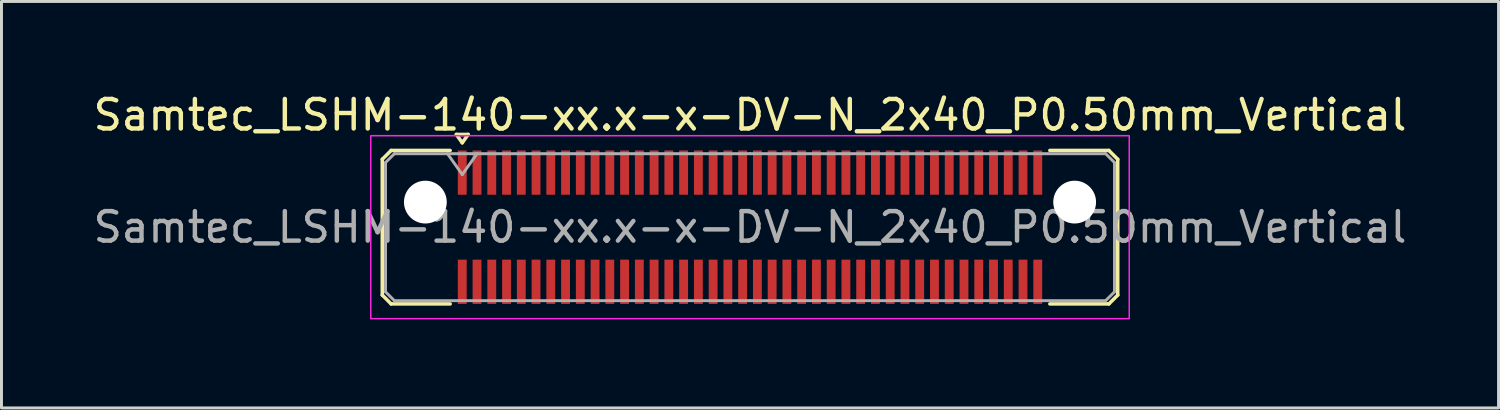
<source format=kicad_pcb>
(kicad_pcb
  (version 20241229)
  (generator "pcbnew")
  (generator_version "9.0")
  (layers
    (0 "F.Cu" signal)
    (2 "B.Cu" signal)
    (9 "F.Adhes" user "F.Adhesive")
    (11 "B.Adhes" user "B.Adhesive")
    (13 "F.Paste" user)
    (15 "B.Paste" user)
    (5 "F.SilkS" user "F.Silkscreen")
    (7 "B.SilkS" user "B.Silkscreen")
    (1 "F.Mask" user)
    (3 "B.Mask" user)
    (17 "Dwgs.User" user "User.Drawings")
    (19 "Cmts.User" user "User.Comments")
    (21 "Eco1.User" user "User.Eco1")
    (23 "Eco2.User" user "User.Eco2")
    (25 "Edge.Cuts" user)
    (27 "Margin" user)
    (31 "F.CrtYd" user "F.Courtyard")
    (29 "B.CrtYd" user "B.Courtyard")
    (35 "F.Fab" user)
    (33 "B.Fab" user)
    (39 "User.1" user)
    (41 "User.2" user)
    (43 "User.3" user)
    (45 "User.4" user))
  (footprint "Samtec_LSHM-140-xx.x-x-DV-N_2x40_P0.50mm_Vertical"
    (layer "F.Cu")
    (at 22.363 4.648)
    (property "Reference" "Samtec_LSHM-140-xx.x-x-DV-N_2x40_P0.50mm_Vertical" (at 0 -3.8 0) (layer "F.SilkS") (effects (font (size 1 1) (thickness 0.15))))
    (attr smd)
    (fp_line (start -12.46 -2.3) (end -12.46 2.3) (stroke (width 0.12) (type solid)) (layer "F.SilkS"))
    (fp_line (start -12.46 2.3) (end -12.16 2.6) (stroke (width 0.12) (type solid)) (layer "F.SilkS"))
    (fp_line (start -12.16 -2.6) (end -12.46 -2.3) (stroke (width 0.12) (type solid)) (layer "F.SilkS"))
    (fp_line (start -12.16 2.6) (end -10.16 2.6) (stroke (width 0.12) (type solid)) (layer "F.SilkS"))
    (fp_line (start -10.16 -2.6) (end -12.16 -2.6) (stroke (width 0.12) (type solid)) (layer "F.SilkS"))
    (fp_line (start -9.95 -3.143) (end -9.55 -3.143) (stroke (width 0.12) (type solid)) (layer "F.SilkS"))
    (fp_line (start -9.75 -2.86) (end -9.95 -3.143) (stroke (width 0.12) (type solid)) (layer "F.SilkS"))
    (fp_line (start -9.55 -3.143) (end -9.75 -2.86) (stroke (width 0.12) (type solid)) (layer "F.SilkS"))
    (fp_line (start 10.16 -2.6) (end 12.16 -2.6) (stroke (width 0.12) (type solid)) (layer "F.SilkS"))
    (fp_line (start 12.16 -2.6) (end 12.46 -2.3) (stroke (width 0.12) (type solid)) (layer "F.SilkS"))
    (fp_line (start 12.16 2.6) (end 10.16 2.6) (stroke (width 0.12) (type solid)) (layer "F.SilkS"))
    (fp_line (start 12.46 -2.3) (end 12.46 2.3) (stroke (width 0.12) (type solid)) (layer "F.SilkS"))
    (fp_line (start 12.46 2.3) (end 12.16 2.6) (stroke (width 0.12) (type solid)) (layer "F.SilkS"))
    (fp_rect (start -12.85 -3.1) (end 12.85 3.1) (stroke (width 0.05) (type solid)) (fill no) (layer "F.CrtYd"))
    (fp_line (start -12.35 -2.19) (end -12.35 2.19) (stroke (width 0.1) (type solid)) (layer "F.Fab"))
    (fp_line (start -12.35 2.19) (end -12.05 2.49) (stroke (width 0.1) (type solid)) (layer "F.Fab"))
    (fp_line (start -12.05 -2.49) (end -12.35 -2.19) (stroke (width 0.1) (type solid)) (layer "F.Fab"))
    (fp_line (start -12.05 2.49) (end 0 2.49) (stroke (width 0.1) (type solid)) (layer "F.Fab"))
    (fp_line (start -10.25 -2.49) (end -9.75 -1.783) (stroke (width 0.1) (type solid)) (layer "F.Fab"))
    (fp_line (start -9.75 -1.783) (end -9.25 -2.49) (stroke (width 0.1) (type solid)) (layer "F.Fab"))
    (fp_line (start 0 -2.49) (end -12.05 -2.49) (stroke (width 0.1) (type solid)) (layer "F.Fab"))
    (fp_line (start 0 -2.49) (end 12.05 -2.49) (stroke (width 0.1) (type solid)) (layer "F.Fab"))
    (fp_line (start 12.05 -2.49) (end 12.35 -2.19) (stroke (width 0.1) (type solid)) (layer "F.Fab"))
    (fp_line (start 12.05 2.49) (end 0 2.49) (stroke (width 0.1) (type solid)) (layer "F.Fab"))
    (fp_line (start 12.35 -2.19) (end 12.35 2.19) (stroke (width 0.1) (type solid)) (layer "F.Fab"))
    (fp_line (start 12.35 2.19) (end 12.05 2.49) (stroke (width 0.1) (type solid)) (layer "F.Fab"))
    (fp_text user "${REFERENCE}" (at 0 0 0) (layer "F.Fab") (effects (font (size 1 1) (thickness 0.15))))
    (pad "" np_thru_hole circle (at -11 -0.85) (size 1.45 1.45) (drill 1.45) (layers "*.Cu" "*.Mask"))
    (pad "" np_thru_hole circle (at 11 -0.85) (size 1.45 1.45) (drill 1.45) (layers "*.Cu" "*.Mask"))
    (pad "1" smd rect (at -9.75 -1.85) (size 0.3 1.5) (layers "F.Cu" "F.Mask" "F.Paste"))
    (pad "2" smd rect (at -9.75 1.85) (size 0.3 1.5) (layers "F.Cu" "F.Mask" "F.Paste"))
    (pad "3" smd rect (at -9.25 -1.85) (size 0.3 1.5) (layers "F.Cu" "F.Mask" "F.Paste"))
    (pad "4" smd rect (at -9.25 1.85) (size 0.3 1.5) (layers "F.Cu" "F.Mask" "F.Paste"))
    (pad "5" smd rect (at -8.75 -1.85) (size 0.3 1.5) (layers "F.Cu" "F.Mask" "F.Paste"))
    (pad "6" smd rect (at -8.75 1.85) (size 0.3 1.5) (layers "F.Cu" "F.Mask" "F.Paste"))
    (pad "7" smd rect (at -8.25 -1.85) (size 0.3 1.5) (layers "F.Cu" "F.Mask" "F.Paste"))
    (pad "8" smd rect (at -8.25 1.85) (size 0.3 1.5) (layers "F.Cu" "F.Mask" "F.Paste"))
    (pad "9" smd rect (at -7.75 -1.85) (size 0.3 1.5) (layers "F.Cu" "F.Mask" "F.Paste"))
    (pad "10" smd rect (at -7.75 1.85) (size 0.3 1.5) (layers "F.Cu" "F.Mask" "F.Paste"))
    (pad "11" smd rect (at -7.25 -1.85) (size 0.3 1.5) (layers "F.Cu" "F.Mask" "F.Paste"))
    (pad "12" smd rect (at -7.25 1.85) (size 0.3 1.5) (layers "F.Cu" "F.Mask" "F.Paste"))
    (pad "13" smd rect (at -6.75 -1.85) (size 0.3 1.5) (layers "F.Cu" "F.Mask" "F.Paste"))
    (pad "14" smd rect (at -6.75 1.85) (size 0.3 1.5) (layers "F.Cu" "F.Mask" "F.Paste"))
    (pad "15" smd rect (at -6.25 -1.85) (size 0.3 1.5) (layers "F.Cu" "F.Mask" "F.Paste"))
    (pad "16" smd rect (at -6.25 1.85) (size 0.3 1.5) (layers "F.Cu" "F.Mask" "F.Paste"))
    (pad "17" smd rect (at -5.75 -1.85) (size 0.3 1.5) (layers "F.Cu" "F.Mask" "F.Paste"))
    (pad "18" smd rect (at -5.75 1.85) (size 0.3 1.5) (layers "F.Cu" "F.Mask" "F.Paste"))
    (pad "19" smd rect (at -5.25 -1.85) (size 0.3 1.5) (layers "F.Cu" "F.Mask" "F.Paste"))
    (pad "20" smd rect (at -5.25 1.85) (size 0.3 1.5) (layers "F.Cu" "F.Mask" "F.Paste"))
    (pad "21" smd rect (at -4.75 -1.85) (size 0.3 1.5) (layers "F.Cu" "F.Mask" "F.Paste"))
    (pad "22" smd rect (at -4.75 1.85) (size 0.3 1.5) (layers "F.Cu" "F.Mask" "F.Paste"))
    (pad "23" smd rect (at -4.25 -1.85) (size 0.3 1.5) (layers "F.Cu" "F.Mask" "F.Paste"))
    (pad "24" smd rect (at -4.25 1.85) (size 0.3 1.5) (layers "F.Cu" "F.Mask" "F.Paste"))
    (pad "25" smd rect (at -3.75 -1.85) (size 0.3 1.5) (layers "F.Cu" "F.Mask" "F.Paste"))
    (pad "26" smd rect (at -3.75 1.85) (size 0.3 1.5) (layers "F.Cu" "F.Mask" "F.Paste"))
    (pad "27" smd rect (at -3.25 -1.85) (size 0.3 1.5) (layers "F.Cu" "F.Mask" "F.Paste"))
    (pad "28" smd rect (at -3.25 1.85) (size 0.3 1.5) (layers "F.Cu" "F.Mask" "F.Paste"))
    (pad "29" smd rect (at -2.75 -1.85) (size 0.3 1.5) (layers "F.Cu" "F.Mask" "F.Paste"))
    (pad "30" smd rect (at -2.75 1.85) (size 0.3 1.5) (layers "F.Cu" "F.Mask" "F.Paste"))
    (pad "31" smd rect (at -2.25 -1.85) (size 0.3 1.5) (layers "F.Cu" "F.Mask" "F.Paste"))
    (pad "32" smd rect (at -2.25 1.85) (size 0.3 1.5) (layers "F.Cu" "F.Mask" "F.Paste"))
    (pad "33" smd rect (at -1.75 -1.85) (size 0.3 1.5) (layers "F.Cu" "F.Mask" "F.Paste"))
    (pad "34" smd rect (at -1.75 1.85) (size 0.3 1.5) (layers "F.Cu" "F.Mask" "F.Paste"))
    (pad "35" smd rect (at -1.25 -1.85) (size 0.3 1.5) (layers "F.Cu" "F.Mask" "F.Paste"))
    (pad "36" smd rect (at -1.25 1.85) (size 0.3 1.5) (layers "F.Cu" "F.Mask" "F.Paste"))
    (pad "37" smd rect (at -0.75 -1.85) (size 0.3 1.5) (layers "F.Cu" "F.Mask" "F.Paste"))
    (pad "38" smd rect (at -0.75 1.85) (size 0.3 1.5) (layers "F.Cu" "F.Mask" "F.Paste"))
    (pad "39" smd rect (at -0.25 -1.85) (size 0.3 1.5) (layers "F.Cu" "F.Mask" "F.Paste"))
    (pad "40" smd rect (at -0.25 1.85) (size 0.3 1.5) (layers "F.Cu" "F.Mask" "F.Paste"))
    (pad "41" smd rect (at 0.25 -1.85) (size 0.3 1.5) (layers "F.Cu" "F.Mask" "F.Paste"))
    (pad "42" smd rect (at 0.25 1.85) (size 0.3 1.5) (layers "F.Cu" "F.Mask" "F.Paste"))
    (pad "43" smd rect (at 0.75 -1.85) (size 0.3 1.5) (layers "F.Cu" "F.Mask" "F.Paste"))
    (pad "44" smd rect (at 0.75 1.85) (size 0.3 1.5) (layers "F.Cu" "F.Mask" "F.Paste"))
    (pad "45" smd rect (at 1.25 -1.85) (size 0.3 1.5) (layers "F.Cu" "F.Mask" "F.Paste"))
    (pad "46" smd rect (at 1.25 1.85) (size 0.3 1.5) (layers "F.Cu" "F.Mask" "F.Paste"))
    (pad "47" smd rect (at 1.75 -1.85) (size 0.3 1.5) (layers "F.Cu" "F.Mask" "F.Paste"))
    (pad "48" smd rect (at 1.75 1.85) (size 0.3 1.5) (layers "F.Cu" "F.Mask" "F.Paste"))
    (pad "49" smd rect (at 2.25 -1.85) (size 0.3 1.5) (layers "F.Cu" "F.Mask" "F.Paste"))
    (pad "50" smd rect (at 2.25 1.85) (size 0.3 1.5) (layers "F.Cu" "F.Mask" "F.Paste"))
    (pad "51" smd rect (at 2.75 -1.85) (size 0.3 1.5) (layers "F.Cu" "F.Mask" "F.Paste"))
    (pad "52" smd rect (at 2.75 1.85) (size 0.3 1.5) (layers "F.Cu" "F.Mask" "F.Paste"))
    (pad "53" smd rect (at 3.25 -1.85) (size 0.3 1.5) (layers "F.Cu" "F.Mask" "F.Paste"))
    (pad "54" smd rect (at 3.25 1.85) (size 0.3 1.5) (layers "F.Cu" "F.Mask" "F.Paste"))
    (pad "55" smd rect (at 3.75 -1.85) (size 0.3 1.5) (layers "F.Cu" "F.Mask" "F.Paste"))
    (pad "56" smd rect (at 3.75 1.85) (size 0.3 1.5) (layers "F.Cu" "F.Mask" "F.Paste"))
    (pad "57" smd rect (at 4.25 -1.85) (size 0.3 1.5) (layers "F.Cu" "F.Mask" "F.Paste"))
    (pad "58" smd rect (at 4.25 1.85) (size 0.3 1.5) (layers "F.Cu" "F.Mask" "F.Paste"))
    (pad "59" smd rect (at 4.75 -1.85) (size 0.3 1.5) (layers "F.Cu" "F.Mask" "F.Paste"))
    (pad "60" smd rect (at 4.75 1.85) (size 0.3 1.5) (layers "F.Cu" "F.Mask" "F.Paste"))
    (pad "61" smd rect (at 5.25 -1.85) (size 0.3 1.5) (layers "F.Cu" "F.Mask" "F.Paste"))
    (pad "62" smd rect (at 5.25 1.85) (size 0.3 1.5) (layers "F.Cu" "F.Mask" "F.Paste"))
    (pad "63" smd rect (at 5.75 -1.85) (size 0.3 1.5) (layers "F.Cu" "F.Mask" "F.Paste"))
    (pad "64" smd rect (at 5.75 1.85) (size 0.3 1.5) (layers "F.Cu" "F.Mask" "F.Paste"))
    (pad "65" smd rect (at 6.25 -1.85) (size 0.3 1.5) (layers "F.Cu" "F.Mask" "F.Paste"))
    (pad "66" smd rect (at 6.25 1.85) (size 0.3 1.5) (layers "F.Cu" "F.Mask" "F.Paste"))
    (pad "67" smd rect (at 6.75 -1.85) (size 0.3 1.5) (layers "F.Cu" "F.Mask" "F.Paste"))
    (pad "68" smd rect (at 6.75 1.85) (size 0.3 1.5) (layers "F.Cu" "F.Mask" "F.Paste"))
    (pad "69" smd rect (at 7.25 -1.85) (size 0.3 1.5) (layers "F.Cu" "F.Mask" "F.Paste"))
    (pad "70" smd rect (at 7.25 1.85) (size 0.3 1.5) (layers "F.Cu" "F.Mask" "F.Paste"))
    (pad "71" smd rect (at 7.75 -1.85) (size 0.3 1.5) (layers "F.Cu" "F.Mask" "F.Paste"))
    (pad "72" smd rect (at 7.75 1.85) (size 0.3 1.5) (layers "F.Cu" "F.Mask" "F.Paste"))
    (pad "73" smd rect (at 8.25 -1.85) (size 0.3 1.5) (layers "F.Cu" "F.Mask" "F.Paste"))
    (pad "74" smd rect (at 8.25 1.85) (size 0.3 1.5) (layers "F.Cu" "F.Mask" "F.Paste"))
    (pad "75" smd rect (at 8.75 -1.85) (size 0.3 1.5) (layers "F.Cu" "F.Mask" "F.Paste"))
    (pad "76" smd rect (at 8.75 1.85) (size 0.3 1.5) (layers "F.Cu" "F.Mask" "F.Paste"))
    (pad "77" smd rect (at 9.25 -1.85) (size 0.3 1.5) (layers "F.Cu" "F.Mask" "F.Paste"))
    (pad "78" smd rect (at 9.25 1.85) (size 0.3 1.5) (layers "F.Cu" "F.Mask" "F.Paste"))
    (pad "79" smd rect (at 9.75 -1.85) (size 0.3 1.5) (layers "F.Cu" "F.Mask" "F.Paste"))
    (pad "80" smd rect (at 9.75 1.85) (size 0.3 1.5) (layers "F.Cu" "F.Mask" "F.Paste")))
  (gr_rect
    (start -3 -3)
    (end 47.726 10.773)
    (stroke (width 0.1) (type default))
    (fill no)
    (layer "Edge.Cuts")))
</source>
